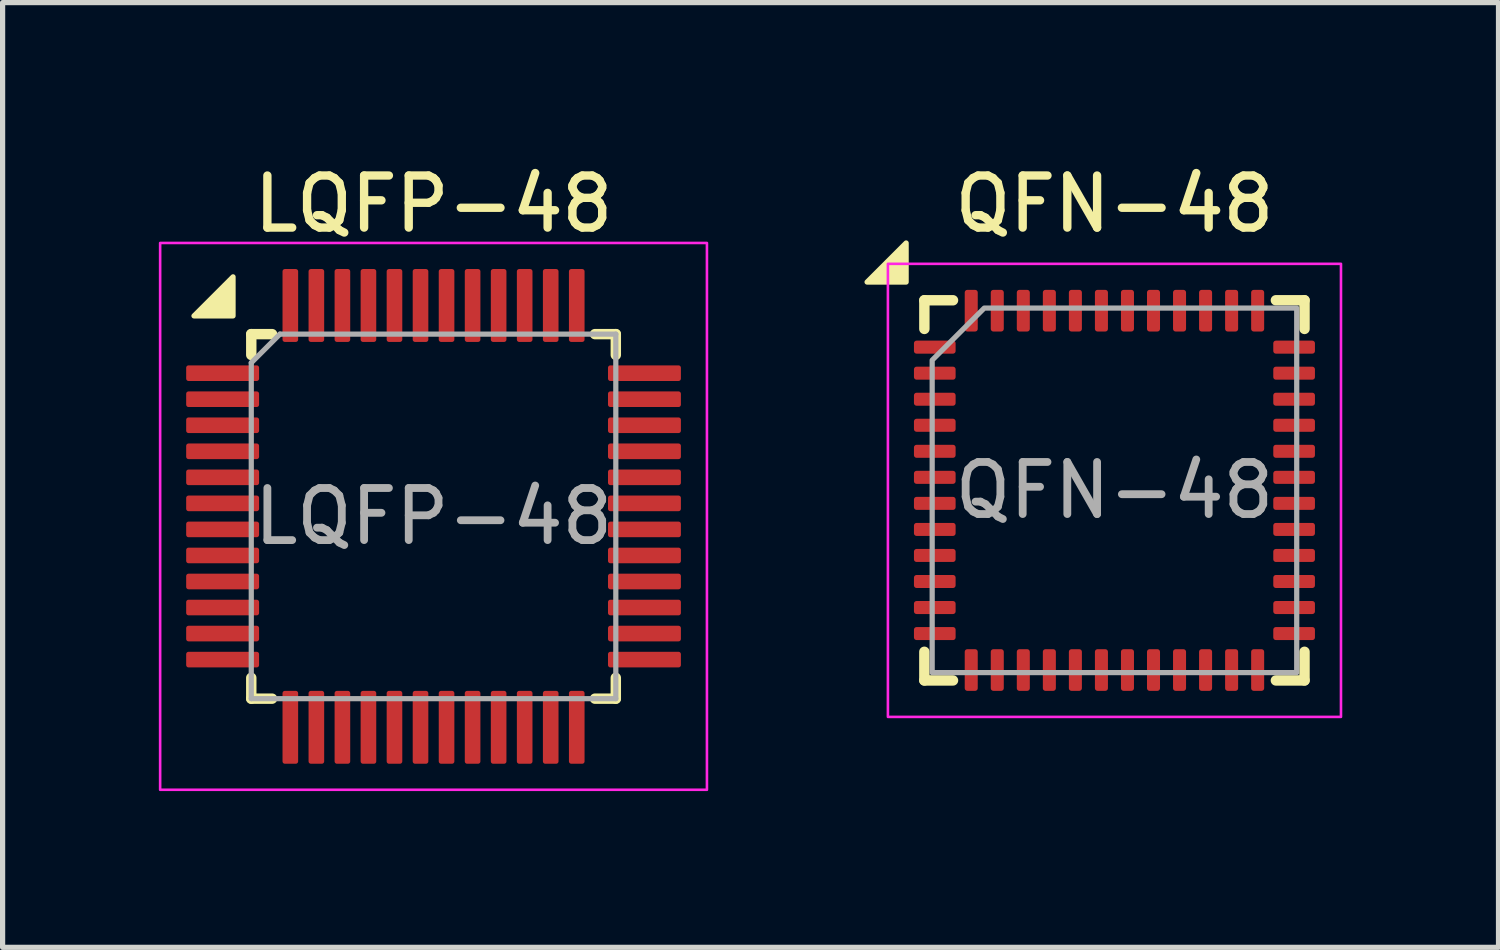
<source format=kicad_pcb>
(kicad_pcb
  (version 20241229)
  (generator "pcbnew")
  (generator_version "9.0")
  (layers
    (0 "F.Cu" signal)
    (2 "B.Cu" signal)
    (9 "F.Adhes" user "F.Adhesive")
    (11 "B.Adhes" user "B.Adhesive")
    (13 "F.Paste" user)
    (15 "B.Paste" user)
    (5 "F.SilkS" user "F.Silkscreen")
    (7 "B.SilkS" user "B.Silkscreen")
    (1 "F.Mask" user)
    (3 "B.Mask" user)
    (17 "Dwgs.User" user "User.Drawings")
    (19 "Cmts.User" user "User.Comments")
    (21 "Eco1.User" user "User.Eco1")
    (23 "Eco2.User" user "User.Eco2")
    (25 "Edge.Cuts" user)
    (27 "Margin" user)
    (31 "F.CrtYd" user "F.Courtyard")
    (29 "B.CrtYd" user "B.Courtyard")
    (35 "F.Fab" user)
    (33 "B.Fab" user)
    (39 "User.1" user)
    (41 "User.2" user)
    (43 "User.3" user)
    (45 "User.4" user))
  (footprint "LQFP-48"
    (layer "F.Cu")
    (at 5.275 6.866)
    (property "Reference" "LQFP-48" (at 0 -6 0) (unlocked yes) (layer "F.SilkS") (effects (font (size 1 1) (thickness 0.16))))
    (attr smd)
    (fp_line (start -3.5 -3.5) (end -3.5 -3.1) (stroke (width 0.2) (type default)) (layer "F.SilkS"))
    (fp_line (start -3.5 3.1) (end -3.5 3.5) (stroke (width 0.2) (type default)) (layer "F.SilkS"))
    (fp_line (start -3.5 3.5) (end -3.1 3.5) (stroke (width 0.2) (type default)) (layer "F.SilkS"))
    (fp_line (start -3.1 -3.5) (end -3.5 -3.5) (stroke (width 0.2) (type default)) (layer "F.SilkS"))
    (fp_line (start 3.1 3.5) (end 3.5 3.5) (stroke (width 0.2) (type default)) (layer "F.SilkS"))
    (fp_line (start 3.5 -3.5) (end 3.1 -3.5) (stroke (width 0.2) (type default)) (layer "F.SilkS"))
    (fp_line (start 3.5 -3.1) (end 3.5 -3.5) (stroke (width 0.2) (type default)) (layer "F.SilkS"))
    (fp_line (start 3.5 3.5) (end 3.5 3.1) (stroke (width 0.2) (type default)) (layer "F.SilkS"))
    (fp_poly (pts (xy -3.85 -3.85) (xy -3.85 -4.6) (xy -4.6 -3.85)) (stroke (width 0.1) (type solid)) (fill yes) (layer "F.SilkS"))
    (fp_rect (start -5.25 -5.25) (end 5.25 5.25) (stroke (width 0.05) (type default)) (fill no) (layer "F.CrtYd"))
    (fp_line (start -3.5 3.5) (end -3.5 -2.95) (stroke (width 0.1) (type default)) (layer "F.Fab"))
    (fp_line (start -2.95 -3.5) (end -3.5 -2.95) (stroke (width 0.1) (type default)) (layer "F.Fab"))
    (fp_line (start -2.95 -3.5) (end 3.5 -3.5) (stroke (width 0.1) (type default)) (layer "F.Fab"))
    (fp_line (start 3.5 -3.5) (end 3.5 3.5) (stroke (width 0.1) (type default)) (layer "F.Fab"))
    (fp_line (start 3.5 3.5) (end -3.5 3.5) (stroke (width 0.1) (type default)) (layer "F.Fab"))
    (fp_text user "${REFERENCE}" (at 0 0 0) (unlocked yes) (layer "F.Fab") (effects (font (size 1 1) (thickness 0.15))))
    (pad "1" smd roundrect (at -4.05 -2.75) (size 1.4 0.3) (layers "F.Cu" "F.Mask" "F.Paste") (roundrect_rratio 0.15))
    (pad "2" smd roundrect (at -4.05 -2.25) (size 1.4 0.3) (layers "F.Cu" "F.Mask" "F.Paste") (roundrect_rratio 0.15))
    (pad "3" smd roundrect (at -4.05 -1.75) (size 1.4 0.3) (layers "F.Cu" "F.Mask" "F.Paste") (roundrect_rratio 0.15))
    (pad "4" smd roundrect (at -4.05 -1.25) (size 1.4 0.3) (layers "F.Cu" "F.Mask" "F.Paste") (roundrect_rratio 0.15))
    (pad "5" smd roundrect (at -4.05 -0.75) (size 1.4 0.3) (layers "F.Cu" "F.Mask" "F.Paste") (roundrect_rratio 0.15))
    (pad "6" smd roundrect (at -4.05 -0.25) (size 1.4 0.3) (layers "F.Cu" "F.Mask" "F.Paste") (roundrect_rratio 0.15))
    (pad "7" smd roundrect (at -4.05 0.25) (size 1.4 0.3) (layers "F.Cu" "F.Mask" "F.Paste") (roundrect_rratio 0.15))
    (pad "8" smd roundrect (at -4.05 0.75) (size 1.4 0.3) (layers "F.Cu" "F.Mask" "F.Paste") (roundrect_rratio 0.15))
    (pad "9" smd roundrect (at -4.05 1.25) (size 1.4 0.3) (layers "F.Cu" "F.Mask" "F.Paste") (roundrect_rratio 0.15))
    (pad "10" smd roundrect (at -4.05 1.75) (size 1.4 0.3) (layers "F.Cu" "F.Mask" "F.Paste") (roundrect_rratio 0.15))
    (pad "11" smd roundrect (at -4.05 2.25) (size 1.4 0.3) (layers "F.Cu" "F.Mask" "F.Paste") (roundrect_rratio 0.15))
    (pad "12" smd roundrect (at -4.05 2.75) (size 1.4 0.3) (layers "F.Cu" "F.Mask" "F.Paste") (roundrect_rratio 0.15))
    (pad "13" smd roundrect (at -2.75 4.05) (size 0.3 1.4) (layers "F.Cu" "F.Mask" "F.Paste") (roundrect_rratio 0.15))
    (pad "14" smd roundrect (at -2.25 4.05) (size 0.3 1.4) (layers "F.Cu" "F.Mask" "F.Paste") (roundrect_rratio 0.15))
    (pad "15" smd roundrect (at -1.75 4.05) (size 0.3 1.4) (layers "F.Cu" "F.Mask" "F.Paste") (roundrect_rratio 0.15))
    (pad "16" smd roundrect (at -1.25 4.05) (size 0.3 1.4) (layers "F.Cu" "F.Mask" "F.Paste") (roundrect_rratio 0.15))
    (pad "17" smd roundrect (at -0.75 4.05) (size 0.3 1.4) (layers "F.Cu" "F.Mask" "F.Paste") (roundrect_rratio 0.15))
    (pad "18" smd roundrect (at -0.25 4.05) (size 0.3 1.4) (layers "F.Cu" "F.Mask" "F.Paste") (roundrect_rratio 0.15))
    (pad "19" smd roundrect (at 0.25 4.05) (size 0.3 1.4) (layers "F.Cu" "F.Mask" "F.Paste") (roundrect_rratio 0.15))
    (pad "20" smd roundrect (at 0.75 4.05) (size 0.3 1.4) (layers "F.Cu" "F.Mask" "F.Paste") (roundrect_rratio 0.15))
    (pad "21" smd roundrect (at 1.25 4.05) (size 0.3 1.4) (layers "F.Cu" "F.Mask" "F.Paste") (roundrect_rratio 0.15))
    (pad "22" smd roundrect (at 1.75 4.05) (size 0.3 1.4) (layers "F.Cu" "F.Mask" "F.Paste") (roundrect_rratio 0.15))
    (pad "23" smd roundrect (at 2.25 4.05) (size 0.3 1.4) (layers "F.Cu" "F.Mask" "F.Paste") (roundrect_rratio 0.15))
    (pad "24" smd roundrect (at 2.75 4.05) (size 0.3 1.4) (layers "F.Cu" "F.Mask" "F.Paste") (roundrect_rratio 0.15))
    (pad "25" smd roundrect (at 4.05 2.75) (size 1.4 0.3) (layers "F.Cu" "F.Mask" "F.Paste") (roundrect_rratio 0.15))
    (pad "26" smd roundrect (at 4.05 2.25) (size 1.4 0.3) (layers "F.Cu" "F.Mask" "F.Paste") (roundrect_rratio 0.15))
    (pad "27" smd roundrect (at 4.05 1.75) (size 1.4 0.3) (layers "F.Cu" "F.Mask" "F.Paste") (roundrect_rratio 0.15))
    (pad "28" smd roundrect (at 4.05 1.25) (size 1.4 0.3) (layers "F.Cu" "F.Mask" "F.Paste") (roundrect_rratio 0.15))
    (pad "29" smd roundrect (at 4.05 0.75) (size 1.4 0.3) (layers "F.Cu" "F.Mask" "F.Paste") (roundrect_rratio 0.15))
    (pad "30" smd roundrect (at 4.05 0.25) (size 1.4 0.3) (layers "F.Cu" "F.Mask" "F.Paste") (roundrect_rratio 0.15))
    (pad "31" smd roundrect (at 4.05 -0.25) (size 1.4 0.3) (layers "F.Cu" "F.Mask" "F.Paste") (roundrect_rratio 0.15))
    (pad "32" smd roundrect (at 4.05 -0.75) (size 1.4 0.3) (layers "F.Cu" "F.Mask" "F.Paste") (roundrect_rratio 0.15))
    (pad "33" smd roundrect (at 4.05 -1.25) (size 1.4 0.3) (layers "F.Cu" "F.Mask" "F.Paste") (roundrect_rratio 0.15))
    (pad "34" smd roundrect (at 4.05 -1.75) (size 1.4 0.3) (layers "F.Cu" "F.Mask" "F.Paste") (roundrect_rratio 0.15))
    (pad "35" smd roundrect (at 4.05 -2.25) (size 1.4 0.3) (layers "F.Cu" "F.Mask" "F.Paste") (roundrect_rratio 0.15))
    (pad "36" smd roundrect (at 4.05 -2.75) (size 1.4 0.3) (layers "F.Cu" "F.Mask" "F.Paste") (roundrect_rratio 0.15))
    (pad "37" smd roundrect (at 2.75 -4.05) (size 0.3 1.4) (layers "F.Cu" "F.Mask" "F.Paste") (roundrect_rratio 0.15))
    (pad "38" smd roundrect (at 2.25 -4.05) (size 0.3 1.4) (layers "F.Cu" "F.Mask" "F.Paste") (roundrect_rratio 0.15))
    (pad "39" smd roundrect (at 1.75 -4.05) (size 0.3 1.4) (layers "F.Cu" "F.Mask" "F.Paste") (roundrect_rratio 0.15))
    (pad "40" smd roundrect (at 1.25 -4.05) (size 0.3 1.4) (layers "F.Cu" "F.Mask" "F.Paste") (roundrect_rratio 0.15))
    (pad "41" smd roundrect (at 0.75 -4.05) (size 0.3 1.4) (layers "F.Cu" "F.Mask" "F.Paste") (roundrect_rratio 0.15))
    (pad "42" smd roundrect (at 0.25 -4.05) (size 0.3 1.4) (layers "F.Cu" "F.Mask" "F.Paste") (roundrect_rratio 0.15))
    (pad "43" smd roundrect (at -0.25 -4.05) (size 0.3 1.4) (layers "F.Cu" "F.Mask" "F.Paste") (roundrect_rratio 0.15))
    (pad "44" smd roundrect (at -0.75 -4.05) (size 0.3 1.4) (layers "F.Cu" "F.Mask" "F.Paste") (roundrect_rratio 0.15))
    (pad "45" smd roundrect (at -1.25 -4.05) (size 0.3 1.4) (layers "F.Cu" "F.Mask" "F.Paste") (roundrect_rratio 0.15))
    (pad "46" smd roundrect (at -1.75 -4.05) (size 0.3 1.4) (layers "F.Cu" "F.Mask" "F.Paste") (roundrect_rratio 0.15))
    (pad "47" smd roundrect (at -2.25 -4.05) (size 0.3 1.4) (layers "F.Cu" "F.Mask" "F.Paste") (roundrect_rratio 0.15))
    (pad "48" smd roundrect (at -2.75 -4.05) (size 0.3 1.4) (layers "F.Cu" "F.Mask" "F.Paste") (roundrect_rratio 0.15)))
  (footprint "QFN-48"
    (layer "F.Cu")
    (at 18.35 6.366)
    (property "Reference" "QFN-48" (at 0 -5.5 0) (unlocked yes) (layer "F.SilkS") (effects (font (size 1 1) (thickness 0.16))))
    (attr smd)
    (fp_line (start -3.65 -3.65) (end -3.1 -3.65) (stroke (width 0.2) (type default)) (layer "F.SilkS"))
    (fp_line (start -3.65 -3.1) (end -3.65 -3.65) (stroke (width 0.2) (type default)) (layer "F.SilkS"))
    (fp_line (start -3.65 3.65) (end -3.65 3.1) (stroke (width 0.2) (type default)) (layer "F.SilkS"))
    (fp_line (start -3.1 3.65) (end -3.65 3.65) (stroke (width 0.2) (type default)) (layer "F.SilkS"))
    (fp_line (start 3.1 -3.65) (end 3.65 -3.65) (stroke (width 0.2) (type default)) (layer "F.SilkS"))
    (fp_line (start 3.65 -3.65) (end 3.65 -3.1) (stroke (width 0.2) (type default)) (layer "F.SilkS"))
    (fp_line (start 3.65 3.1) (end 3.65 3.65) (stroke (width 0.2) (type default)) (layer "F.SilkS"))
    (fp_line (start 3.65 3.65) (end 3.1 3.65) (stroke (width 0.2) (type default)) (layer "F.SilkS"))
    (fp_poly (pts (xy -4 -4) (xy -4 -4.75) (xy -4.75 -4)) (stroke (width 0.1) (type solid)) (fill yes) (layer "F.SilkS"))
    (fp_rect (start -4.35 -4.35) (end 4.35 4.35) (stroke (width 0.05) (type default)) (fill no) (layer "F.CrtYd"))
    (fp_poly (pts (xy -3.5 -2.5) (xy -3.5 3.5) (xy 3.5 3.5) (xy 3.5 -3.5) (xy -2.5 -3.5)) (stroke (width 0.1) (type solid)) (fill no) (layer "F.Fab"))
    (fp_text user "${REFERENCE}" (at 0 0 0) (unlocked yes) (layer "F.Fab") (effects (font (size 1 1) (thickness 0.15))))
    (pad "" smd roundrect (at -1.17 -1.17) (size 0.94 0.94) (layers "F.Paste") (roundrect_rratio 0.25))
    (pad "" smd roundrect (at -1.17 0) (size 0.94 0.94) (layers "F.Paste") (roundrect_rratio 0.25))
    (pad "" smd roundrect (at -1.17 1.17) (size 0.94 0.94) (layers "F.Paste") (roundrect_rratio 0.25))
    (pad "" smd roundrect (at 0 -1.17) (size 0.94 0.94) (layers "F.Paste") (roundrect_rratio 0.25))
    (pad "" smd roundrect (at 0 0) (size 0.94 0.94) (layers "F.Paste") (roundrect_rratio 0.25))
    (pad "" smd roundrect (at 0 1.17) (size 0.94 0.94) (layers "F.Paste") (roundrect_rratio 0.25))
    (pad "" smd roundrect (at 1.17 -1.17) (size 0.94 0.94) (layers "F.Paste") (roundrect_rratio 0.25))
    (pad "" smd roundrect (at 1.17 0) (size 0.94 0.94) (layers "F.Paste") (roundrect_rratio 0.25))
    (pad "" smd roundrect (at 1.17 1.17) (size 0.94 0.94) (layers "F.Paste") (roundrect_rratio 0.25))
    (pad "1" smd roundrect (at -3.45 -2.75) (size 0.8 0.25) (layers "F.Cu" "F.Mask" "F.Paste") (roundrect_rratio 0.2))
    (pad "2" smd roundrect (at -3.45 -2.25) (size 0.8 0.25) (layers "F.Cu" "F.Mask" "F.Paste") (roundrect_rratio 0.2))
    (pad "3" smd roundrect (at -3.45 -1.75) (size 0.8 0.25) (layers "F.Cu" "F.Mask" "F.Paste") (roundrect_rratio 0.2))
    (pad "4" smd roundrect (at -3.45 -1.25) (size 0.8 0.25) (layers "F.Cu" "F.Mask" "F.Paste") (roundrect_rratio 0.2))
    (pad "5" smd roundrect (at -3.45 -0.75) (size 0.8 0.25) (layers "F.Cu" "F.Mask" "F.Paste") (roundrect_rratio 0.2))
    (pad "6" smd roundrect (at -3.45 -0.25) (size 0.8 0.25) (layers "F.Cu" "F.Mask" "F.Paste") (roundrect_rratio 0.2))
    (pad "7" smd roundrect (at -3.45 0.25) (size 0.8 0.25) (layers "F.Cu" "F.Mask" "F.Paste") (roundrect_rratio 0.2))
    (pad "8" smd roundrect (at -3.45 0.75) (size 0.8 0.25) (layers "F.Cu" "F.Mask" "F.Paste") (roundrect_rratio 0.2))
    (pad "9" smd roundrect (at -3.45 1.25) (size 0.8 0.25) (layers "F.Cu" "F.Mask" "F.Paste") (roundrect_rratio 0.2))
    (pad "10" smd roundrect (at -3.45 1.75) (size 0.8 0.25) (layers "F.Cu" "F.Mask" "F.Paste") (roundrect_rratio 0.2))
    (pad "11" smd roundrect (at -3.45 2.25) (size 0.8 0.25) (layers "F.Cu" "F.Mask" "F.Paste") (roundrect_rratio 0.2))
    (pad "12" smd roundrect (at -3.45 2.75) (size 0.8 0.25) (layers "F.Cu" "F.Mask" "F.Paste") (roundrect_rratio 0.2))
    (pad "13" smd roundrect (at -2.75 3.45) (size 0.25 0.8) (layers "F.Cu" "F.Mask" "F.Paste") (roundrect_rratio 0.2))
    (pad "14" smd roundrect (at -2.25 3.45) (size 0.25 0.8) (layers "F.Cu" "F.Mask" "F.Paste") (roundrect_rratio 0.2))
    (pad "15" smd roundrect (at -1.75 3.45) (size 0.25 0.8) (layers "F.Cu" "F.Mask" "F.Paste") (roundrect_rratio 0.2))
    (pad "16" smd roundrect (at -1.25 3.45) (size 0.25 0.8) (layers "F.Cu" "F.Mask" "F.Paste") (roundrect_rratio 0.2))
    (pad "17" smd roundrect (at -0.75 3.45) (size 0.25 0.8) (layers "F.Cu" "F.Mask" "F.Paste") (roundrect_rratio 0.2))
    (pad "18" smd roundrect (at -0.25 3.45) (size 0.25 0.8) (layers "F.Cu" "F.Mask" "F.Paste") (roundrect_rratio 0.2))
    (pad "19" smd roundrect (at 0.25 3.45) (size 0.25 0.8) (layers "F.Cu" "F.Mask" "F.Paste") (roundrect_rratio 0.2))
    (pad "20" smd roundrect (at 0.75 3.45) (size 0.25 0.8) (layers "F.Cu" "F.Mask" "F.Paste") (roundrect_rratio 0.2))
    (pad "21" smd roundrect (at 1.25 3.45) (size 0.25 0.8) (layers "F.Cu" "F.Mask" "F.Paste") (roundrect_rratio 0.2))
    (pad "22" smd roundrect (at 1.75 3.45) (size 0.25 0.8) (layers "F.Cu" "F.Mask" "F.Paste") (roundrect_rratio 0.2))
    (pad "23" smd roundrect (at 2.25 3.45) (size 0.25 0.8) (layers "F.Cu" "F.Mask" "F.Paste") (roundrect_rratio 0.2))
    (pad "24" smd roundrect (at 2.75 3.45) (size 0.25 0.8) (layers "F.Cu" "F.Mask" "F.Paste") (roundrect_rratio 0.2))
    (pad "25" smd roundrect (at 3.45 2.75) (size 0.8 0.25) (layers "F.Cu" "F.Mask" "F.Paste") (roundrect_rratio 0.2))
    (pad "26" smd roundrect (at 3.45 2.25) (size 0.8 0.25) (layers "F.Cu" "F.Mask" "F.Paste") (roundrect_rratio 0.2))
    (pad "27" smd roundrect (at 3.45 1.75) (size 0.8 0.25) (layers "F.Cu" "F.Mask" "F.Paste") (roundrect_rratio 0.2))
    (pad "28" smd roundrect (at 3.45 1.25) (size 0.8 0.25) (layers "F.Cu" "F.Mask" "F.Paste") (roundrect_rratio 0.2))
    (pad "29" smd roundrect (at 3.45 0.75) (size 0.8 0.25) (layers "F.Cu" "F.Mask" "F.Paste") (roundrect_rratio 0.2))
    (pad "30" smd roundrect (at 3.45 0.25) (size 0.8 0.25) (layers "F.Cu" "F.Mask" "F.Paste") (roundrect_rratio 0.2))
    (pad "31" smd roundrect (at 3.45 -0.25) (size 0.8 0.25) (layers "F.Cu" "F.Mask" "F.Paste") (roundrect_rratio 0.2))
    (pad "32" smd roundrect (at 3.45 -0.75) (size 0.8 0.25) (layers "F.Cu" "F.Mask" "F.Paste") (roundrect_rratio 0.2))
    (pad "33" smd roundrect (at 3.45 -1.25) (size 0.8 0.25) (layers "F.Cu" "F.Mask" "F.Paste") (roundrect_rratio 0.2))
    (pad "34" smd roundrect (at 3.45 -1.75) (size 0.8 0.25) (layers "F.Cu" "F.Mask" "F.Paste") (roundrect_rratio 0.2))
    (pad "35" smd roundrect (at 3.45 -2.25) (size 0.8 0.25) (layers "F.Cu" "F.Mask" "F.Paste") (roundrect_rratio 0.2))
    (pad "36" smd roundrect (at 3.45 -2.75) (size 0.8 0.25) (layers "F.Cu" "F.Mask" "F.Paste") (roundrect_rratio 0.2))
    (pad "37" smd roundrect (at 2.75 -3.45) (size 0.25 0.8) (layers "F.Cu" "F.Mask" "F.Paste") (roundrect_rratio 0.2))
    (pad "38" smd roundrect (at 2.25 -3.45) (size 0.25 0.8) (layers "F.Cu" "F.Mask" "F.Paste") (roundrect_rratio 0.2))
    (pad "39" smd roundrect (at 1.75 -3.45) (size 0.25 0.8) (layers "F.Cu" "F.Mask" "F.Paste") (roundrect_rratio 0.2))
    (pad "40" smd roundrect (at 1.25 -3.45) (size 0.25 0.8) (layers "F.Cu" "F.Mask" "F.Paste") (roundrect_rratio 0.2))
    (pad "41" smd roundrect (at 0.75 -3.45) (size 0.25 0.8) (layers "F.Cu" "F.Mask" "F.Paste") (roundrect_rratio 0.2))
    (pad "42" smd roundrect (at 0.25 -3.45) (size 0.25 0.8) (layers "F.Cu" "F.Mask" "F.Paste") (roundrect_rratio 0.2))
    (pad "43" smd roundrect (at -0.25 -3.45) (size 0.25 0.8) (layers "F.Cu" "F.Mask" "F.Paste") (roundrect_rratio 0.2))
    (pad "44" smd roundrect (at -0.75 -3.45) (size 0.25 0.8) (layers "F.Cu" "F.Mask" "F.Paste") (roundrect_rratio 0.2))
    (pad "45" smd roundrect (at -1.25 -3.45) (size 0.25 0.8) (layers "F.Cu" "F.Mask" "F.Paste") (roundrect_rratio 0.2))
    (pad "46" smd roundrect (at -1.75 -3.45) (size 0.25 0.8) (layers "F.Cu" "F.Mask" "F.Paste") (roundrect_rratio 0.2))
    (pad "47" smd roundrect (at -2.25 -3.45) (size 0.25 0.8) (layers "F.Cu" "F.Mask" "F.Paste") (roundrect_rratio 0.2))
    (pad "48" smd roundrect (at -2.75 -3.45) (size 0.25 0.8) (layers "F.Cu" "F.Mask" "F.Paste") (roundrect_rratio 0.2)))
  (gr_rect
    (start -3 -3)
    (end 25.725 15.141)
    (stroke (width 0.1) (type default))
    (fill no)
    (layer "Edge.Cuts")))
</source>
